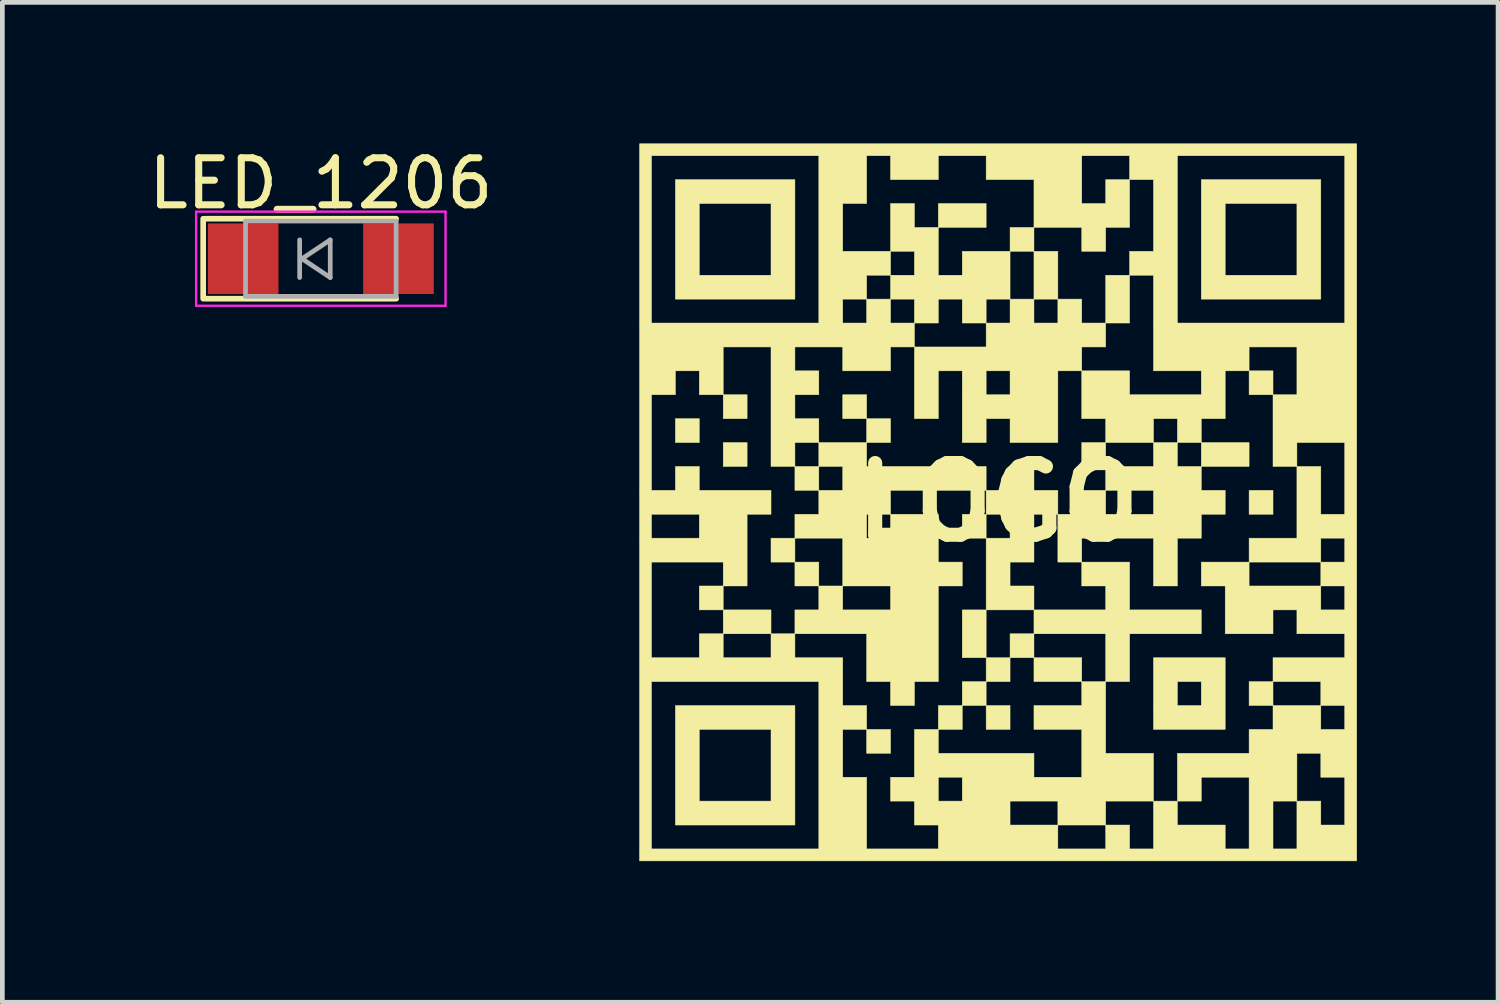
<source format=kicad_pcb>
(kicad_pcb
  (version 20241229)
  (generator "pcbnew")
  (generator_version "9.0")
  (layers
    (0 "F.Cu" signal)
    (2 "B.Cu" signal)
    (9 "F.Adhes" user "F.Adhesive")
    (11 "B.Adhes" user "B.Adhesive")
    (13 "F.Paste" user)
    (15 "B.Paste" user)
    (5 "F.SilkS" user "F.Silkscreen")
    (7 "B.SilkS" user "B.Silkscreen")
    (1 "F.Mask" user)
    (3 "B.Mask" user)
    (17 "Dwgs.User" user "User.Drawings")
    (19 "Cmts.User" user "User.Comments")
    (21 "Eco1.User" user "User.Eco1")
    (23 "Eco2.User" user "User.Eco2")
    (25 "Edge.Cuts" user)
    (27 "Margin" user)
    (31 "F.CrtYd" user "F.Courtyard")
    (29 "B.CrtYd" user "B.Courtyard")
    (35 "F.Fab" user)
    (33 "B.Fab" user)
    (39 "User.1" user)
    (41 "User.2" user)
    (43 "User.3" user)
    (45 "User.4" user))
  (footprint "LED_1206"
    (layer "F.Cu")
    (at 3.768 2.448)
    (property "Reference" "LED_1206" (at 0 -1.6 0) (layer "F.SilkS") (effects (font (size 1 1) (thickness 0.15))))
    (attr smd)
    (fp_line (start -2.5 -0.85) (end -2.5 0.85) (stroke (width 0.12) (type solid)) (layer "F.SilkS"))
    (fp_line (start -2.45 -0.85) (end 1.6 -0.85) (stroke (width 0.12) (type solid)) (layer "F.SilkS"))
    (fp_line (start -2.45 0.85) (end 1.6 0.85) (stroke (width 0.12) (type solid)) (layer "F.SilkS"))
    (fp_line (start -2.65 -1) (end 2.65 -1) (stroke (width 0.05) (type solid)) (layer "F.CrtYd"))
    (fp_line (start -2.65 1) (end -2.65 -1) (stroke (width 0.05) (type solid)) (layer "F.CrtYd"))
    (fp_line (start 2.65 -1) (end 2.65 1) (stroke (width 0.05) (type solid)) (layer "F.CrtYd"))
    (fp_line (start 2.65 1) (end -2.65 1) (stroke (width 0.05) (type solid)) (layer "F.CrtYd"))
    (fp_line (start -1.6 -0.8) (end 1.6 -0.8) (stroke (width 0.1) (type solid)) (layer "F.Fab"))
    (fp_line (start -1.6 0.8) (end -1.6 -0.8) (stroke (width 0.1) (type solid)) (layer "F.Fab"))
    (fp_line (start -0.45 -0.4) (end -0.45 0.4) (stroke (width 0.1) (type solid)) (layer "F.Fab"))
    (fp_line (start -0.4 0) (end 0.2 -0.4) (stroke (width 0.1) (type solid)) (layer "F.Fab"))
    (fp_line (start 0.2 -0.4) (end 0.2 0.4) (stroke (width 0.1) (type solid)) (layer "F.Fab"))
    (fp_line (start 0.2 0.4) (end -0.4 0) (stroke (width 0.1) (type solid)) (layer "F.Fab"))
    (fp_line (start 1.6 -0.8) (end 1.6 0.8) (stroke (width 0.1) (type solid)) (layer "F.Fab"))
    (fp_line (start 1.6 0.8) (end -1.6 0.8) (stroke (width 0.1) (type solid)) (layer "F.Fab"))
    (pad "1" smd rect (at -1.65 0 180) (size 1.5 1.5) (layers "F.Cu" "F.Mask" "F.Paste"))
    (pad "2" smd rect (at 1.65 0 180) (size 1.5 1.5) (layers "F.Cu" "F.Mask" "F.Paste")))
  (footprint "LOGO"
    (layer "F.Cu")
    (at 18.161 7.625)
    (property "Reference" "LOGO" (at 0 0 0) (layer "F.SilkS") (effects (font (size 1.524 1.524) (thickness 0.3))))
    (attr through_hole)
    (fp_poly (pts (xy -6.35 -1.27) (xy -6.858 -1.27) (xy -6.858 -1.778) (xy -6.35 -1.778) (xy -6.35 -1.27)) (stroke (width 0.01) (type solid)) (fill yes) (layer "F.SilkS"))
    (fp_poly (pts (xy -6.35 2.286) (xy -6.35 1.778) (xy -5.842 1.778) (xy -5.842 2.286) (xy -6.35 2.286)) (stroke (width 0.01) (type solid)) (fill yes) (layer "F.SilkS"))
    (fp_poly (pts (xy -5.334 -1.778) (xy -5.842 -1.778) (xy -5.842 -2.286) (xy -5.334 -2.286) (xy -5.334 -1.778)) (stroke (width 0.01) (type solid)) (fill yes) (layer "F.SilkS"))
    (fp_poly (pts (xy -5.334 -0.762) (xy -5.842 -0.762) (xy -5.842 -1.27) (xy -5.334 -1.27) (xy -5.334 -0.762)) (stroke (width 0.01) (type solid)) (fill yes) (layer "F.SilkS"))
    (fp_poly (pts (xy -4.826 2.286) (xy -4.826 2.794) (xy -5.842 2.794) (xy -5.842 2.286) (xy -4.826 2.286)) (stroke (width 0.01) (type solid)) (fill yes) (layer "F.SilkS"))
    (fp_poly (pts (xy -3.302 -1.778) (xy -3.302 -2.286) (xy -2.794 -2.286) (xy -2.794 -1.778) (xy -3.302 -1.778)) (stroke (width 0.01) (type solid)) (fill yes) (layer "F.SilkS"))
    (fp_poly (pts (xy -2.794 -1.778) (xy -2.286 -1.778) (xy -2.286 -1.27) (xy -2.794 -1.27) (xy -2.794 -1.778)) (stroke (width 0.01) (type solid)) (fill yes) (layer "F.SilkS"))
    (fp_poly (pts (xy -2.286 5.334) (xy -2.794 5.334) (xy -2.794 4.826) (xy -2.286 4.826) (xy -2.286 5.334)) (stroke (width 0.01) (type solid)) (fill yes) (layer "F.SilkS"))
    (fp_poly (pts (xy -1.27 -6.35) (xy -0.254 -6.35) (xy -0.254 -5.842) (xy -1.27 -5.842) (xy -1.27 -6.35)) (stroke (width 0.01) (type solid)) (fill yes) (layer "F.SilkS"))
    (fp_poly (pts (xy -0.762 3.81) (xy -0.254 3.81) (xy -0.254 4.318) (xy -0.762 4.318) (xy -0.762 3.81)) (stroke (width 0.01) (type solid)) (fill yes) (layer "F.SilkS"))
    (fp_poly (pts (xy -0.762 4.826) (xy -1.27 4.826) (xy -1.27 4.318) (xy -0.762 4.318) (xy -0.762 4.826)) (stroke (width 0.01) (type solid)) (fill yes) (layer "F.SilkS"))
    (fp_poly (pts (xy 0.254 -5.842) (xy 0.762 -5.842) (xy 0.762 -5.334) (xy 0.254 -5.334) (xy 0.254 -5.842)) (stroke (width 0.01) (type solid)) (fill yes) (layer "F.SilkS"))
    (fp_poly (pts (xy 0.254 4.826) (xy -0.254 4.826) (xy -0.254 4.318) (xy 0.254 4.318) (xy 0.254 4.826)) (stroke (width 0.01) (type solid)) (fill yes) (layer "F.SilkS"))
    (fp_poly (pts (xy 1.778 -0.762) (xy 1.778 -1.27) (xy 2.286 -1.27) (xy 2.286 -0.762) (xy 1.778 -0.762)) (stroke (width 0.01) (type solid)) (fill yes) (layer "F.SilkS"))
    (fp_poly (pts (xy 1.778 3.81) (xy 0.762 3.81) (xy 0.762 3.302) (xy 1.778 3.302) (xy 1.778 3.81)) (stroke (width 0.01) (type solid)) (fill yes) (layer "F.SilkS"))
    (fp_poly (pts (xy 2.286 -4.826) (xy 2.794 -4.826) (xy 2.794 -3.81) (xy 2.286 -3.81) (xy 2.286 -4.826)) (stroke (width 0.01) (type solid)) (fill yes) (layer "F.SilkS"))
    (fp_poly (pts (xy 4.318 -1.27) (xy 5.334 -1.27) (xy 5.334 -0.762) (xy 4.318 -0.762) (xy 4.318 -1.27)) (stroke (width 0.01) (type solid)) (fill yes) (layer "F.SilkS"))
    (fp_poly (pts (xy 5.842 -2.286) (xy 5.334 -2.286) (xy 5.334 -2.794) (xy 5.842 -2.794) (xy 5.842 -2.286)) (stroke (width 0.01) (type solid)) (fill yes) (layer "F.SilkS"))
    (fp_poly (pts (xy 5.842 0.254) (xy 5.334 0.254) (xy 5.334 -0.254) (xy 5.842 -0.254) (xy 5.842 0.254)) (stroke (width 0.01) (type solid)) (fill yes) (layer "F.SilkS"))
    (fp_poly (pts (xy 5.842 4.318) (xy 5.334 4.318) (xy 5.334 3.81) (xy 5.842 3.81) (xy 5.842 4.318)) (stroke (width 0.01) (type solid)) (fill yes) (layer "F.SilkS"))
    (fp_poly (pts (xy -4.318 -4.318) (xy -6.858 -4.318) (xy -6.858 -6.35) (xy -6.35 -6.35) (xy -6.35 -4.826) (xy -4.826 -4.826) (xy -4.826 -6.35) (xy -6.35 -6.35) (xy -6.858 -6.35) (xy -6.858 -6.858) (xy -4.318 -6.858) (xy -4.318 -4.318)) (stroke (width 0.01) (type solid)) (fill yes) (layer "F.SilkS"))
    (fp_poly (pts (xy -4.318 6.858) (xy -6.858 6.858) (xy -6.858 4.826) (xy -6.35 4.826) (xy -6.35 6.35) (xy -4.826 6.35) (xy -4.826 4.826) (xy -6.35 4.826) (xy -6.858 4.826) (xy -6.858 4.318) (xy -4.318 4.318) (xy -4.318 6.858)) (stroke (width 0.01) (type solid)) (fill yes) (layer "F.SilkS"))
    (fp_poly (pts (xy 4.826 4.826) (xy 3.302 4.826) (xy 3.302 3.81) (xy 3.81 3.81) (xy 3.81 4.318) (xy 4.318 4.318) (xy 4.318 3.81) (xy 3.81 3.81) (xy 3.302 3.81) (xy 3.302 3.302) (xy 4.826 3.302) (xy 4.826 4.826)) (stroke (width 0.01) (type solid)) (fill yes) (layer "F.SilkS"))
    (fp_poly (pts (xy 6.858 -4.318) (xy 4.318 -4.318) (xy 4.318 -6.35) (xy 4.826 -6.35) (xy 4.826 -4.826) (xy 6.35 -4.826) (xy 6.35 -6.35) (xy 4.826 -6.35) (xy 4.318 -6.35) (xy 4.318 -6.858) (xy 6.858 -6.858) (xy 6.858 -4.318)) (stroke (width 0.01) (type solid)) (fill yes) (layer "F.SilkS"))
    (fp_poly (pts (xy -1.27 -4.826) (xy -0.762 -4.826) (xy -0.762 -5.334) (xy 0.254 -5.334) (xy 0.254 -4.318) (xy -0.254 -4.318) (xy -0.254 -3.81) (xy -0.762 -3.81) (xy -0.762 -4.318) (xy -1.27 -4.318) (xy -1.27 -3.81) (xy -1.778 -3.81) (xy -1.778 -4.318) (xy -2.286 -4.318) (xy -2.286 -4.826) (xy -1.778 -4.826) (xy -1.778 -5.334) (xy -2.286 -5.334) (xy -2.286 -6.35) (xy -1.778 -6.35) (xy -1.778 -5.842) (xy -1.27 -5.842) (xy -1.27 -4.826)) (stroke (width 0.01) (type solid)) (fill yes) (layer "F.SilkS"))
    (fp_poly (pts (xy 1.778 -4.318) (xy 1.778 -3.81) (xy 2.286 -3.81) (xy 2.286 -3.302) (xy 1.778 -3.302) (xy 1.778 -2.794) (xy 1.27 -2.794) (xy 1.27 -1.27) (xy 0.254 -1.27) (xy 0.254 -1.778) (xy -0.254 -1.778) (xy -0.254 -1.27) (xy -0.762 -1.27) (xy -0.762 -2.794) (xy -0.254 -2.794) (xy -0.254 -2.286) (xy 0.254 -2.286) (xy 0.254 -2.794) (xy -0.254 -2.794) (xy -0.762 -2.794) (xy -1.27 -2.794) (xy -1.27 -1.778) (xy -1.778 -1.778) (xy -1.778 -3.302) (xy -0.254 -3.302) (xy -0.254 -3.81) (xy 0.254 -3.81) (xy 0.254 -4.318) (xy 0.762 -4.318) (xy 0.762 -3.81) (xy 1.27 -3.81) (xy 1.27 -4.318) (xy 0.762 -4.318) (xy 0.762 -5.334) (xy 1.27 -5.334) (xy 1.27 -4.318) (xy 1.778 -4.318)) (stroke (width 0.01) (type solid)) (fill yes) (layer "F.SilkS"))
    (fp_poly (pts (xy -2.286 -0.254) (xy -2.286 0.254) (xy -1.27 0.254) (xy -1.27 1.27) (xy -0.762 1.27) (xy -0.762 1.778) (xy -1.27 1.778) (xy -1.27 3.81) (xy -1.778 3.81) (xy -1.778 4.318) (xy -2.286 4.318) (xy -2.286 3.81) (xy -2.794 3.81) (xy -2.794 2.794) (xy -4.318 2.794) (xy -4.318 2.286) (xy -3.81 2.286) (xy -3.302 2.286) (xy -2.286 2.286) (xy -2.286 1.778) (xy -3.302 1.778) (xy -3.302 2.286) (xy -3.81 2.286) (xy -3.81 1.778) (xy -4.318 1.778) (xy -4.318 1.27) (xy -4.826 1.27) (xy -4.826 0.762) (xy -4.318 0.762) (xy -4.318 1.27) (xy -3.81 1.27) (xy -3.81 1.778) (xy -3.302 1.778) (xy -3.302 0.762) (xy -4.318 0.762) (xy -4.318 0.254) (xy -3.81 0.254) (xy -2.794 0.254) (xy -2.794 0.762) (xy -2.286 0.762) (xy -2.286 0.254) (xy -2.794 0.254) (xy -3.81 0.254) (xy -3.81 -0.254) (xy -4.318 -0.254) (xy -4.318 -0.762) (xy -3.81 -0.762) (xy -3.81 -0.254) (xy -3.302 -0.254) (xy -3.302 -0.762) (xy -3.81 -0.762) (xy -3.81 -1.27) (xy -2.794 -1.27) (xy -2.794 -0.762) (xy -0.254 -0.762) (xy -0.254 -0.254) (xy -2.286 -0.254)) (stroke (width 0.01) (type solid)) (fill yes) (layer "F.SilkS"))
    (fp_poly (pts (xy 3.302 -0.762) (xy 3.302 -1.27) (xy 3.81 -1.27) (xy 3.81 -0.762) (xy 4.318 -0.762) (xy 4.318 -0.254) (xy 4.826 -0.254) (xy 4.826 0.254) (xy 4.318 0.254) (xy 4.318 0.762) (xy 3.81 0.762) (xy 3.81 1.778) (xy 3.302 1.778) (xy 3.302 0.762) (xy 1.778 0.762) (xy 1.778 1.27) (xy 2.794 1.27) (xy 2.794 2.286) (xy 4.318 2.286) (xy 4.318 2.794) (xy 2.794 2.794) (xy 2.794 3.81) (xy 2.286 3.81) (xy 2.286 2.794) (xy 0.762 2.794) (xy 0.762 3.302) (xy 0.254 3.302) (xy 0.254 3.81) (xy -0.254 3.81) (xy -0.254 3.302) (xy -0.762 3.302) (xy -0.762 2.286) (xy -0.254 2.286) (xy -0.254 3.302) (xy 0.254 3.302) (xy 0.254 2.794) (xy 0.762 2.794) (xy 0.762 2.286) (xy -0.254 2.286) (xy -0.254 1.27) (xy 0.254 1.27) (xy 0.254 1.778) (xy 0.762 1.778) (xy 0.762 2.286) (xy 2.286 2.286) (xy 2.286 1.778) (xy 1.778 1.778) (xy 1.778 1.27) (xy 1.27 1.27) (xy 1.27 0.254) (xy 0.762 0.254) (xy 0.762 1.27) (xy 0.254 1.27) (xy -0.254 1.27) (xy -0.254 0.762) (xy -0.762 0.762) (xy -0.762 0.254) (xy -0.254 0.254) (xy -0.254 0.762) (xy 0.254 0.762) (xy 0.254 0.254) (xy -0.254 0.254) (xy -0.254 -0.254) (xy 0.254 -0.254) (xy 0.254 -0.762) (xy 0.762 -0.762) (xy 0.762 -0.254) (xy 1.27 -0.254) (xy 1.27 0.254) (xy 1.778 0.254) (xy 1.778 -0.254) (xy 2.286 -0.254) (xy 2.286 0.254) (xy 3.302 0.254) (xy 3.302 -0.254) (xy 2.286 -0.254) (xy 2.286 -0.762) (xy 3.302 -0.762)) (stroke (width 0.01) (type solid)) (fill yes) (layer "F.SilkS"))
    (fp_poly (pts (xy 7.62 7.62) (xy -7.62 7.62) (xy -7.62 3.81) (xy -7.366 3.81) (xy -7.366 7.366) (xy -3.81 7.366) (xy -3.81 3.81) (xy -7.366 3.81) (xy -7.62 3.81) (xy -7.62 0.254) (xy -7.366 0.254) (xy -7.366 0.762) (xy -6.35 0.762) (xy -6.35 0.254) (xy -7.366 0.254) (xy -7.62 0.254) (xy -7.62 -2.286) (xy -7.366 -2.286) (xy -7.366 -0.254) (xy -6.858 -0.254) (xy -6.858 -0.762) (xy -6.35 -0.762) (xy -6.35 -0.254) (xy -4.826 -0.254) (xy -4.826 0.254) (xy -5.334 0.254) (xy -5.334 1.778) (xy -5.842 1.778) (xy -5.842 1.27) (xy -7.366 1.27) (xy -7.366 3.302) (xy -6.35 3.302) (xy -6.35 2.794) (xy -5.842 2.794) (xy -5.842 3.302) (xy -4.826 3.302) (xy -4.826 2.794) (xy -4.318 2.794) (xy -4.318 3.302) (xy -3.302 3.302) (xy -3.302 4.318) (xy -2.794 4.318) (xy -2.794 4.826) (xy -3.302 4.826) (xy -3.302 5.842) (xy -2.794 5.842) (xy -2.794 7.366) (xy -1.27 7.366) (xy 1.27 7.366) (xy 2.286 7.366) (xy 2.286 6.858) (xy 1.27 6.858) (xy 1.27 7.366) (xy -1.27 7.366) (xy -1.27 6.858) (xy -1.778 6.858) (xy -1.778 6.35) (xy -2.286 6.35) (xy -2.286 5.842) (xy -1.778 5.842) (xy -1.27 5.842) (xy -1.27 6.35) (xy -0.762 6.35) (xy 0.254 6.35) (xy 0.254 6.858) (xy 1.27 6.858) (xy 1.27 6.35) (xy 2.286 6.35) (xy 2.286 6.858) (xy 2.794 6.858) (xy 2.794 7.366) (xy 3.302 7.366) (xy 3.302 6.858) (xy 3.81 6.858) (xy 4.826 6.858) (xy 4.826 7.366) (xy 5.334 7.366) (xy 5.334 6.35) (xy 5.842 6.35) (xy 5.842 7.366) (xy 6.35 7.366) (xy 6.35 6.35) (xy 5.842 6.35) (xy 5.334 6.35) (xy 5.334 5.842) (xy 4.318 5.842) (xy 4.318 6.35) (xy 3.81 6.35) (xy 3.81 6.858) (xy 3.302 6.858) (xy 3.302 6.35) (xy 2.286 6.35) (xy 1.27 6.35) (xy 0.254 6.35) (xy -0.762 6.35) (xy -0.762 5.842) (xy -1.27 5.842) (xy -1.778 5.842) (xy -1.778 4.826) (xy -1.27 4.826) (xy -1.27 5.334) (xy 0.762 5.334) (xy 0.762 5.842) (xy 1.778 5.842) (xy 1.778 4.826) (xy 0.762 4.826) (xy 0.762 4.318) (xy 1.778 4.318) (xy 1.778 3.81) (xy 2.286 3.81) (xy 2.286 5.334) (xy 3.302 5.334) (xy 3.302 6.35) (xy 3.81 6.35) (xy 3.81 5.334) (xy 5.334 5.334) (xy 6.35 5.334) (xy 6.35 6.35) (xy 6.858 6.35) (xy 6.858 6.858) (xy 7.366 6.858) (xy 7.366 5.842) (xy 6.858 5.842) (xy 6.858 5.334) (xy 6.35 5.334) (xy 5.334 5.334) (xy 5.334 4.826) (xy 5.842 4.826) (xy 5.842 4.318) (xy 6.858 4.318) (xy 6.858 4.826) (xy 7.366 4.826) (xy 7.366 4.318) (xy 6.858 4.318) (xy 6.858 3.81) (xy 5.842 3.81) (xy 5.842 3.302) (xy 7.366 3.302) (xy 7.366 2.794) (xy 6.35 2.794) (xy 6.35 2.286) (xy 6.858 2.286) (xy 7.366 2.286) (xy 7.366 1.778) (xy 6.858 1.778) (xy 6.858 2.286) (xy 6.35 2.286) (xy 5.842 2.286) (xy 5.842 2.794) (xy 4.826 2.794) (xy 4.826 1.778) (xy 4.318 1.778) (xy 4.318 1.27) (xy 5.334 1.27) (xy 5.334 1.778) (xy 6.858 1.778) (xy 6.858 1.27) (xy 5.334 1.27) (xy 5.334 0.762) (xy 6.35 0.762) (xy 6.858 0.762) (xy 6.858 1.27) (xy 7.366 1.27) (xy 7.366 0.762) (xy 6.858 0.762) (xy 6.35 0.762) (xy 6.35 -0.762) (xy 5.842 -0.762) (xy 5.842 -1.27) (xy 6.35 -1.27) (xy 6.35 -0.762) (xy 6.858 -0.762) (xy 6.858 0.254) (xy 7.366 0.254) (xy 7.366 -1.27) (xy 6.35 -1.27) (xy 5.842 -1.27) (xy 5.842 -2.286) (xy 6.35 -2.286) (xy 6.35 -3.302) (xy 5.334 -3.302) (xy 5.334 -2.794) (xy 4.826 -2.794) (xy 4.826 -1.778) (xy 4.318 -1.778) (xy 4.318 -1.27) (xy 3.81 -1.27) (xy 3.81 -1.778) (xy 3.302 -1.778) (xy 3.302 -1.27) (xy 2.286 -1.27) (xy 2.286 -1.778) (xy 1.778 -1.778) (xy 1.778 -2.794) (xy 2.794 -2.794) (xy 2.794 -2.286) (xy 4.318 -2.286) (xy 4.318 -2.794) (xy 3.302 -2.794) (xy 3.302 -4.826) (xy 2.794 -4.826) (xy 2.794 -5.334) (xy 3.302 -5.334) (xy 3.302 -6.858) (xy 2.794 -6.858) (xy 2.794 -5.842) (xy 2.286 -5.842) (xy 2.286 -5.334) (xy 1.778 -5.334) (xy 1.778 -5.842) (xy 0.762 -5.842) (xy 0.762 -6.858) (xy -0.254 -6.858) (xy -0.254 -7.366) (xy 1.778 -7.366) (xy 1.778 -6.35) (xy 2.286 -6.35) (xy 2.286 -6.858) (xy 2.794 -6.858) (xy 2.794 -7.366) (xy 3.81 -7.366) (xy 3.81 -3.81) (xy 7.366 -3.81) (xy 7.366 -7.366) (xy 3.81 -7.366) (xy 2.794 -7.366) (xy 1.778 -7.366) (xy -0.254 -7.366) (xy -1.27 -7.366) (xy -1.27 -6.858) (xy -2.286 -6.858) (xy -2.286 -7.366) (xy -2.794 -7.366) (xy -2.794 -6.35) (xy -3.302 -6.35) (xy -3.302 -5.334) (xy -2.286 -5.334) (xy -2.286 -4.826) (xy -2.794 -4.826) (xy -2.794 -4.318) (xy -2.286 -4.318) (xy -2.286 -3.81) (xy -1.778 -3.81) (xy -1.778 -3.302) (xy -2.286 -3.302) (xy -2.286 -2.794) (xy -3.302 -2.794) (xy -3.302 -3.302) (xy -4.318 -3.302) (xy -4.318 -2.794) (xy -3.81 -2.794) (xy -3.81 -2.286) (xy -4.318 -2.286) (xy -4.318 -1.778) (xy -3.81 -1.778) (xy -3.81 -1.27) (xy -4.318 -1.27) (xy -4.318 -0.762) (xy -4.826 -0.762) (xy -4.826 -3.302) (xy -5.842 -3.302) (xy -5.842 -2.286) (xy -6.35 -2.286) (xy -6.35 -2.794) (xy -6.858 -2.794) (xy -6.858 -2.286) (xy -7.366 -2.286) (xy -7.62 -2.286) (xy -7.62 -7.366) (xy -7.366 -7.366) (xy -7.366 -3.81) (xy -3.81 -3.81) (xy -3.81 -4.318) (xy -3.302 -4.318) (xy -3.302 -3.81) (xy -2.794 -3.81) (xy -2.794 -4.318) (xy -3.302 -4.318) (xy -3.81 -4.318) (xy -3.81 -7.366) (xy -7.366 -7.366) (xy -7.62 -7.366) (xy -7.62 -7.62) (xy 7.62 -7.62) (xy 7.62 7.62)) (stroke (width 0.01) (type solid)) (fill yes) (layer "F.SilkS")))
  (gr_rect
    (start -3 -3)
    (end 28.786 18.25)
    (stroke (width 0.1) (type default))
    (fill no)
    (layer "Edge.Cuts")))
</source>
